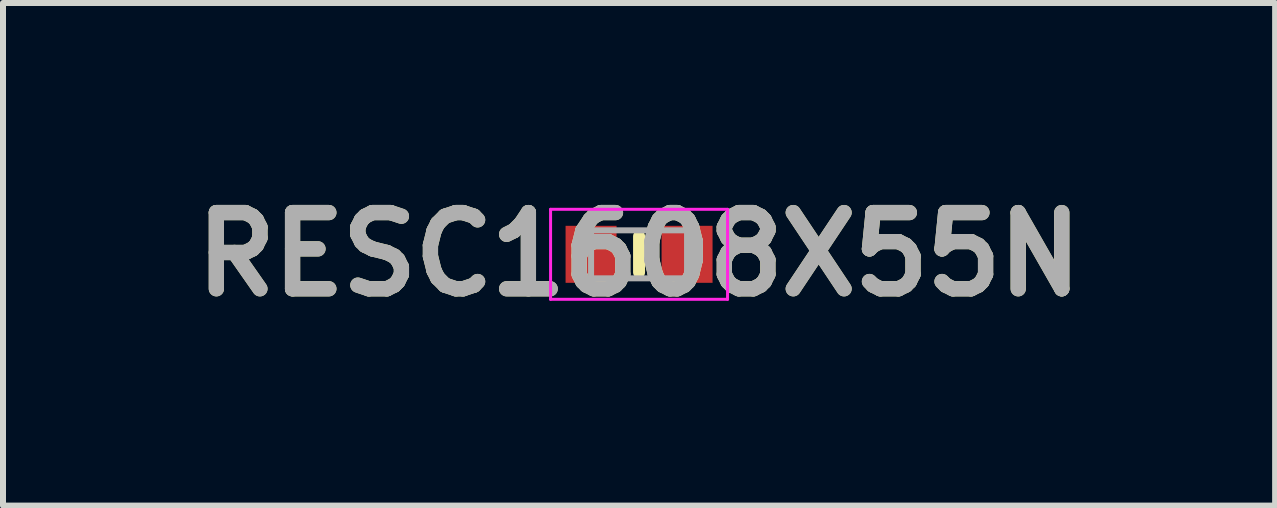
<source format=kicad_pcb>
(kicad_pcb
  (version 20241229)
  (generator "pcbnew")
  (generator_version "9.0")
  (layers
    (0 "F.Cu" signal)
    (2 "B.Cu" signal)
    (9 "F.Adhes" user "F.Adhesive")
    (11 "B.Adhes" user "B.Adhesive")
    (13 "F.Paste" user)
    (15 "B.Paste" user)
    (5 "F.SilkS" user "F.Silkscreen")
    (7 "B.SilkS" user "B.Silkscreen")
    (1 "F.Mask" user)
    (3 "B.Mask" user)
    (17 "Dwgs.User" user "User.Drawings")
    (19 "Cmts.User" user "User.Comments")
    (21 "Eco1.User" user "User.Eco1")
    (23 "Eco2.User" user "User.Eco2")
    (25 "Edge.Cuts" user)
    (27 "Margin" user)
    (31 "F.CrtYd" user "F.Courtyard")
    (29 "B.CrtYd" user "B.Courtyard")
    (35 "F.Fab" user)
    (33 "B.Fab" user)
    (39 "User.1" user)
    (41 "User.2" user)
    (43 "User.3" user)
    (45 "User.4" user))
  (footprint "RESC1608X55N"
    (layer "F.Cu")
    (at 7.602 1.189)
    (property "Reference" "RESC1608X55N" (at 0 0 0) (layer "F.SilkS") (effects (font (size 1.27 1.27) (thickness 0.254))))
    (attr smd)
    (fp_line (start 0 -0.3) (end 0 0.3) (stroke (width 0.2) (type solid)) (layer "F.SilkS"))
    (fp_line (start -1.475 -0.75) (end 1.475 -0.75) (stroke (width 0.05) (type solid)) (layer "F.CrtYd"))
    (fp_line (start -1.475 0.75) (end -1.475 -0.75) (stroke (width 0.05) (type solid)) (layer "F.CrtYd"))
    (fp_line (start 1.475 -0.75) (end 1.475 0.75) (stroke (width 0.05) (type solid)) (layer "F.CrtYd"))
    (fp_line (start 1.475 0.75) (end -1.475 0.75) (stroke (width 0.05) (type solid)) (layer "F.CrtYd"))
    (fp_line (start -0.8 -0.4) (end 0.8 -0.4) (stroke (width 0.1) (type solid)) (layer "F.Fab"))
    (fp_line (start -0.8 0.4) (end -0.8 -0.4) (stroke (width 0.1) (type solid)) (layer "F.Fab"))
    (fp_line (start 0.8 -0.4) (end 0.8 0.4) (stroke (width 0.1) (type solid)) (layer "F.Fab"))
    (fp_line (start 0.8 0.4) (end -0.8 0.4) (stroke (width 0.1) (type solid)) (layer "F.Fab"))
    (fp_text user "${REFERENCE}" (at 0 0 0) (layer "F.Fab") (effects (font (size 1.27 1.27) (thickness 0.254))))
    (pad "1" smd rect (at -0.8 0) (size 0.85 0.95) (layers "F.Cu" "F.Mask" "F.Paste"))
    (pad "2" smd rect (at 0.8 0) (size 0.85 0.95) (layers "F.Cu" "F.Mask" "F.Paste")))
  (gr_rect
    (start -3 -3)
    (end 18.204 5.377)
    (stroke (width 0.1) (type default))
    (fill no)
    (layer "Edge.Cuts")))
</source>
